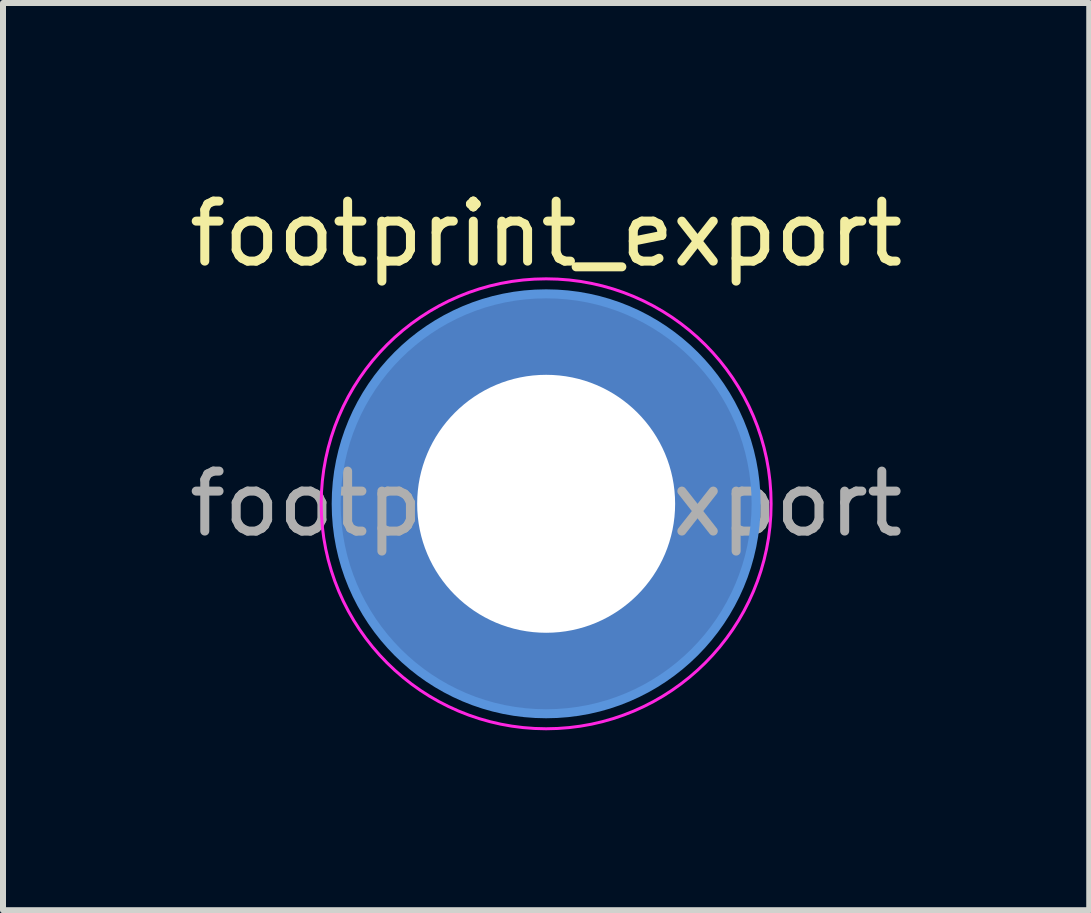
<source format=kicad_pcb>
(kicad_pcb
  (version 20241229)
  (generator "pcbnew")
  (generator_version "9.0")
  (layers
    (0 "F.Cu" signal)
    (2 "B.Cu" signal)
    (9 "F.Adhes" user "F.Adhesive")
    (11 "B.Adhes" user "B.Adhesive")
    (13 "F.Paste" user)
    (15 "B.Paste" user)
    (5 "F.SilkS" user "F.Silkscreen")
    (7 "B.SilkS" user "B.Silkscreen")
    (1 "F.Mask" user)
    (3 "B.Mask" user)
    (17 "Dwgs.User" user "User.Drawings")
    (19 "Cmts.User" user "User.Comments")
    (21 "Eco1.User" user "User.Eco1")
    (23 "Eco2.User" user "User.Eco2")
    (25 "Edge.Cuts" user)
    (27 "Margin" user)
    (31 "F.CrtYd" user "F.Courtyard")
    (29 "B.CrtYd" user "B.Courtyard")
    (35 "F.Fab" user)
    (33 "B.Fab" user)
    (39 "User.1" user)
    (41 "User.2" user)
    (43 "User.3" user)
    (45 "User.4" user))
  (footprint "footprint_export"
    (layer "F.Cu")
    (at 6.054 5.348)
    (property "Reference" "footprint_export" (at 0 -4.5 0) (layer "F.SilkS") (effects (font (size 1 1) (thickness 0.15))))
    (attr exclude_from_pos_files exclude_from_bom)
    (fp_circle (center 0 0) (end 3.5 0) (stroke (width 0.15) (type solid)) (fill no) (layer "Cmts.User"))
    (fp_circle (center 0 0) (end 3.75 0) (stroke (width 0.05) (type solid)) (fill no) (layer "F.CrtYd"))
    (fp_text user "${REFERENCE}" (at 0 0 0) (layer "F.Fab") (effects (font (size 1 1) (thickness 0.15))))
    (pad "1" thru_hole circle (at 0 0) (size 4.7 4.7) (drill 4.3) (layers "*.Cu" "*.Mask"))
    (pad "1" connect circle (at 0 0) (size 7 7) (layers "F.Cu" "F.Mask"))
    (pad "1" connect circle (at 0 0) (size 7 7) (layers "B.Cu" "B.Mask")))
  (gr_rect
    (start -3 -3)
    (end 15.107 12.123)
    (stroke (width 0.1) (type default))
    (fill no)
    (layer "Edge.Cuts")))
</source>
